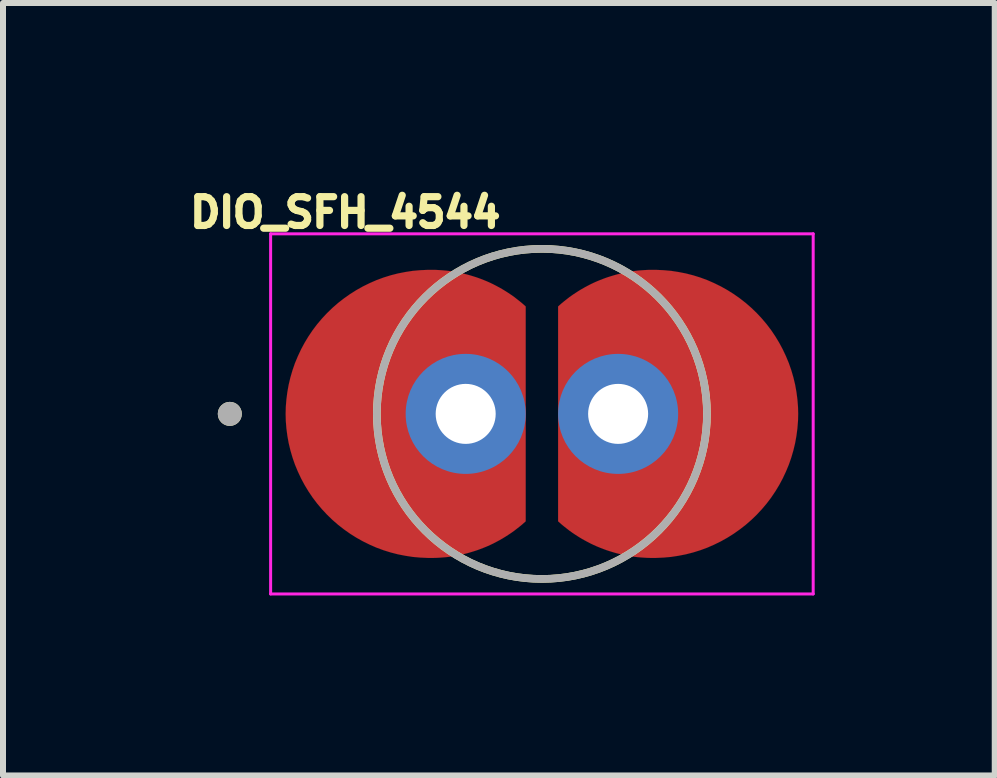
<source format=kicad_pcb>
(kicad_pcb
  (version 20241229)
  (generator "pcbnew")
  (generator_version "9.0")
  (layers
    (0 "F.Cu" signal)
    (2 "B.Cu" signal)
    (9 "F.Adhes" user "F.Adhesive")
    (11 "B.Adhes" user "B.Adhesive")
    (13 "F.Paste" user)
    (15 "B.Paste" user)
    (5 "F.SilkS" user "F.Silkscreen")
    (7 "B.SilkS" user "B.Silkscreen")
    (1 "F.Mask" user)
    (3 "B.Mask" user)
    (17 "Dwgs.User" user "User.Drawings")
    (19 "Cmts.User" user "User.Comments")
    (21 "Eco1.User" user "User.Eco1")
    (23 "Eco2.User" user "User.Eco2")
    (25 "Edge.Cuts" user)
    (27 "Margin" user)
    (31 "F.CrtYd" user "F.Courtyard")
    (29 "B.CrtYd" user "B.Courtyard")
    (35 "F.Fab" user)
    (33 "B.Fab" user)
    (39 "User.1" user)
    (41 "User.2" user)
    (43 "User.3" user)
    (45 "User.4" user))
  (footprint "DIO_SFH_4544"
    (layer "F.Cu")
    (at 5.979 3.846)
    (property "Reference" "DIO_SFH_4544" (at -3.276 -3.355 0) (layer "F.SilkS") (effects (font (size 0.48 0.48) (thickness 0.15))))
    (attr through_hole)
    (fp_poly (pts (xy -0.27 -0.06) (xy -0.27 -1.79) (xy -0.325 -1.839) (xy -0.37 -1.876) (xy -0.416 -1.912) (xy -0.462 -1.948) (xy -0.51 -1.982) (xy -0.558 -2.014) (xy -0.608 -2.046) (xy -0.657 -2.076) (xy -0.708 -2.105) (xy -0.76 -2.133) (xy -0.812 -2.16) (xy -0.864 -2.185) (xy -0.918 -2.209) (xy -0.972 -2.231) (xy -1.026 -2.252) (xy -1.081 -2.272) (xy -1.137 -2.29) (xy -1.193 -2.307) (xy -1.249 -2.323) (xy -1.306 -2.337) (xy -1.363 -2.35) (xy -1.42 -2.361) (xy -1.478 -2.371) (xy -1.535 -2.38) (xy -1.593 -2.387) (xy -1.652 -2.392) (xy -1.71 -2.396) (xy -1.768 -2.399) (xy -1.827 -2.4) (xy -1.87 -2.4) (xy -1.895 -2.4) (xy -2.028 -2.394) (xy -2.152 -2.383) (xy -2.275 -2.364) (xy -2.398 -2.34) (xy -2.519 -2.309) (xy -2.638 -2.272) (xy -2.755 -2.229) (xy -2.869 -2.179) (xy -2.981 -2.124) (xy -3.09 -2.063) (xy -3.195 -1.997) (xy -3.297 -1.925) (xy -3.396 -1.848) (xy -3.49 -1.766) (xy -3.579 -1.68) (xy -3.664 -1.589) (xy -3.745 -1.493) (xy -3.82 -1.394) (xy -3.89 -1.29) (xy -3.954 -1.184) (xy -4.013 -1.074) (xy -4.066 -0.961) (xy -4.114 -0.846) (xy -4.155 -0.728) (xy -4.19 -0.608) (xy -4.219 -0.487) (xy -4.241 -0.364) (xy -4.257 -0.241) (xy -4.267 -0.116) (xy -4.27 0) (xy -4.267 0.116) (xy -4.257 0.241) (xy -4.241 0.364) (xy -4.219 0.487) (xy -4.19 0.608) (xy -4.155 0.728) (xy -4.114 0.846) (xy -4.066 0.961) (xy -4.013 1.074) (xy -3.954 1.184) (xy -3.89 1.29) (xy -3.82 1.394) (xy -3.745 1.493) (xy -3.664 1.589) (xy -3.579 1.68) (xy -3.49 1.766) (xy -3.396 1.848) (xy -3.297 1.925) (xy -3.195 1.997) (xy -3.09 2.063) (xy -2.981 2.124) (xy -2.869 2.179) (xy -2.755 2.229) (xy -2.638 2.272) (xy -2.519 2.309) (xy -2.398 2.34) (xy -2.275 2.364) (xy -2.152 2.383) (xy -2.028 2.394) (xy -1.895 2.4) (xy -1.795 2.4) (xy -1.87 2.4) (xy -1.827 2.4) (xy -1.768 2.399) (xy -1.71 2.396) (xy -1.652 2.392) (xy -1.593 2.387) (xy -1.535 2.38) (xy -1.478 2.371) (xy -1.42 2.361) (xy -1.363 2.35) (xy -1.306 2.337) (xy -1.249 2.323) (xy -1.193 2.307) (xy -1.137 2.29) (xy -1.081 2.272) (xy -1.026 2.252) (xy -0.972 2.231) (xy -0.918 2.209) (xy -0.864 2.185) (xy -0.812 2.16) (xy -0.76 2.133) (xy -0.708 2.105) (xy -0.657 2.076) (xy -0.608 2.046) (xy -0.558 2.014) (xy -0.51 1.982) (xy -0.462 1.948) (xy -0.416 1.912) (xy -0.37 1.876) (xy -0.325 1.839) (xy -0.27 1.79) (xy -0.27 -0.06)) (stroke (width 0.001) (type solid)) (fill yes) (layer "F.Cu"))
    (fp_poly (pts (xy 0.27 -0.06) (xy 0.27 -1.79) (xy 0.325 -1.839) (xy 0.37 -1.876) (xy 0.416 -1.912) (xy 0.462 -1.948) (xy 0.51 -1.982) (xy 0.558 -2.014) (xy 0.608 -2.046) (xy 0.657 -2.076) (xy 0.708 -2.105) (xy 0.76 -2.133) (xy 0.812 -2.16) (xy 0.864 -2.185) (xy 0.918 -2.209) (xy 0.972 -2.231) (xy 1.026 -2.252) (xy 1.081 -2.272) (xy 1.137 -2.29) (xy 1.193 -2.307) (xy 1.249 -2.323) (xy 1.306 -2.337) (xy 1.363 -2.35) (xy 1.42 -2.361) (xy 1.478 -2.371) (xy 1.535 -2.38) (xy 1.593 -2.387) (xy 1.652 -2.392) (xy 1.71 -2.396) (xy 1.768 -2.399) (xy 1.827 -2.4) (xy 1.87 -2.4) (xy 1.895 -2.4) (xy 2.028 -2.394) (xy 2.152 -2.383) (xy 2.275 -2.364) (xy 2.398 -2.34) (xy 2.519 -2.309) (xy 2.638 -2.272) (xy 2.755 -2.229) (xy 2.869 -2.179) (xy 2.981 -2.124) (xy 3.09 -2.063) (xy 3.195 -1.997) (xy 3.297 -1.925) (xy 3.396 -1.848) (xy 3.49 -1.766) (xy 3.579 -1.68) (xy 3.664 -1.589) (xy 3.745 -1.493) (xy 3.82 -1.394) (xy 3.89 -1.29) (xy 3.954 -1.184) (xy 4.013 -1.074) (xy 4.066 -0.961) (xy 4.114 -0.846) (xy 4.155 -0.728) (xy 4.19 -0.608) (xy 4.219 -0.487) (xy 4.241 -0.364) (xy 4.257 -0.241) (xy 4.267 -0.116) (xy 4.27 0) (xy 4.267 0.116) (xy 4.257 0.241) (xy 4.241 0.364) (xy 4.219 0.487) (xy 4.19 0.608) (xy 4.155 0.728) (xy 4.114 0.846) (xy 4.066 0.961) (xy 4.013 1.074) (xy 3.954 1.184) (xy 3.89 1.29) (xy 3.82 1.394) (xy 3.745 1.493) (xy 3.664 1.589) (xy 3.579 1.68) (xy 3.49 1.766) (xy 3.396 1.848) (xy 3.297 1.925) (xy 3.195 1.997) (xy 3.09 2.063) (xy 2.981 2.124) (xy 2.869 2.179) (xy 2.755 2.229) (xy 2.638 2.272) (xy 2.519 2.309) (xy 2.398 2.34) (xy 2.275 2.364) (xy 2.152 2.383) (xy 2.028 2.394) (xy 1.895 2.4) (xy 1.795 2.4) (xy 1.87 2.4) (xy 1.827 2.4) (xy 1.768 2.399) (xy 1.71 2.396) (xy 1.652 2.392) (xy 1.593 2.387) (xy 1.535 2.38) (xy 1.478 2.371) (xy 1.42 2.361) (xy 1.363 2.35) (xy 1.306 2.337) (xy 1.249 2.323) (xy 1.193 2.307) (xy 1.137 2.29) (xy 1.081 2.272) (xy 1.026 2.252) (xy 0.972 2.231) (xy 0.918 2.209) (xy 0.864 2.185) (xy 0.812 2.16) (xy 0.76 2.133) (xy 0.708 2.105) (xy 0.657 2.076) (xy 0.608 2.046) (xy 0.558 2.014) (xy 0.51 1.982) (xy 0.462 1.948) (xy 0.416 1.912) (xy 0.37 1.876) (xy 0.325 1.839) (xy 0.27 1.79) (xy 0.27 -0.06)) (stroke (width 0.001) (type solid)) (fill yes) (layer "F.Cu"))
    (fp_circle (center -1.27 0) (end -0.77 0) (stroke (width 1) (type solid)) (fill no) (layer "F.Mask"))
    (fp_circle (center 1.27 0) (end 1.77 0) (stroke (width 1) (type solid)) (fill no) (layer "F.Mask"))
    (fp_circle (center -1.27 0) (end -0.77 0) (stroke (width 1) (type solid)) (fill no) (layer "B.Mask"))
    (fp_circle (center 1.27 0) (end 1.77 0) (stroke (width 1) (type solid)) (fill no) (layer "B.Mask"))
    (fp_circle (center -5.2 0) (end -5.1 0) (stroke (width 0.2) (type solid)) (fill no) (layer "F.SilkS"))
    (fp_circle (center 0 0) (end 2.75 0) (stroke (width 0.127) (type solid)) (fill no) (layer "F.SilkS"))
    (fp_line (start -4.52 -3) (end 4.52 -3) (stroke (width 0.05) (type solid)) (layer "F.CrtYd"))
    (fp_line (start -4.52 3) (end -4.52 -3) (stroke (width 0.05) (type solid)) (layer "F.CrtYd"))
    (fp_line (start 4.52 -3) (end 4.52 3) (stroke (width 0.05) (type solid)) (layer "F.CrtYd"))
    (fp_line (start 4.52 3) (end -4.52 3) (stroke (width 0.05) (type solid)) (layer "F.CrtYd"))
    (fp_circle (center -5.2 0) (end -5.1 0) (stroke (width 0.2) (type solid)) (fill no) (layer "F.Fab"))
    (fp_circle (center 0 0) (end 2.75 0) (stroke (width 0.127) (type solid)) (fill no) (layer "F.Fab"))
    (pad "1" thru_hole circle (at -1.27 0) (size 2 2) (drill 1) (layers "*.Cu" "F.Mask"))
    (pad "2" thru_hole circle (at 1.27 0) (size 2 2) (drill 1) (layers "*.Cu")))
  (gr_rect
    (start -3 -3)
    (end 13.524 9.871)
    (stroke (width 0.1) (type default))
    (fill no)
    (layer "Edge.Cuts")))
</source>
